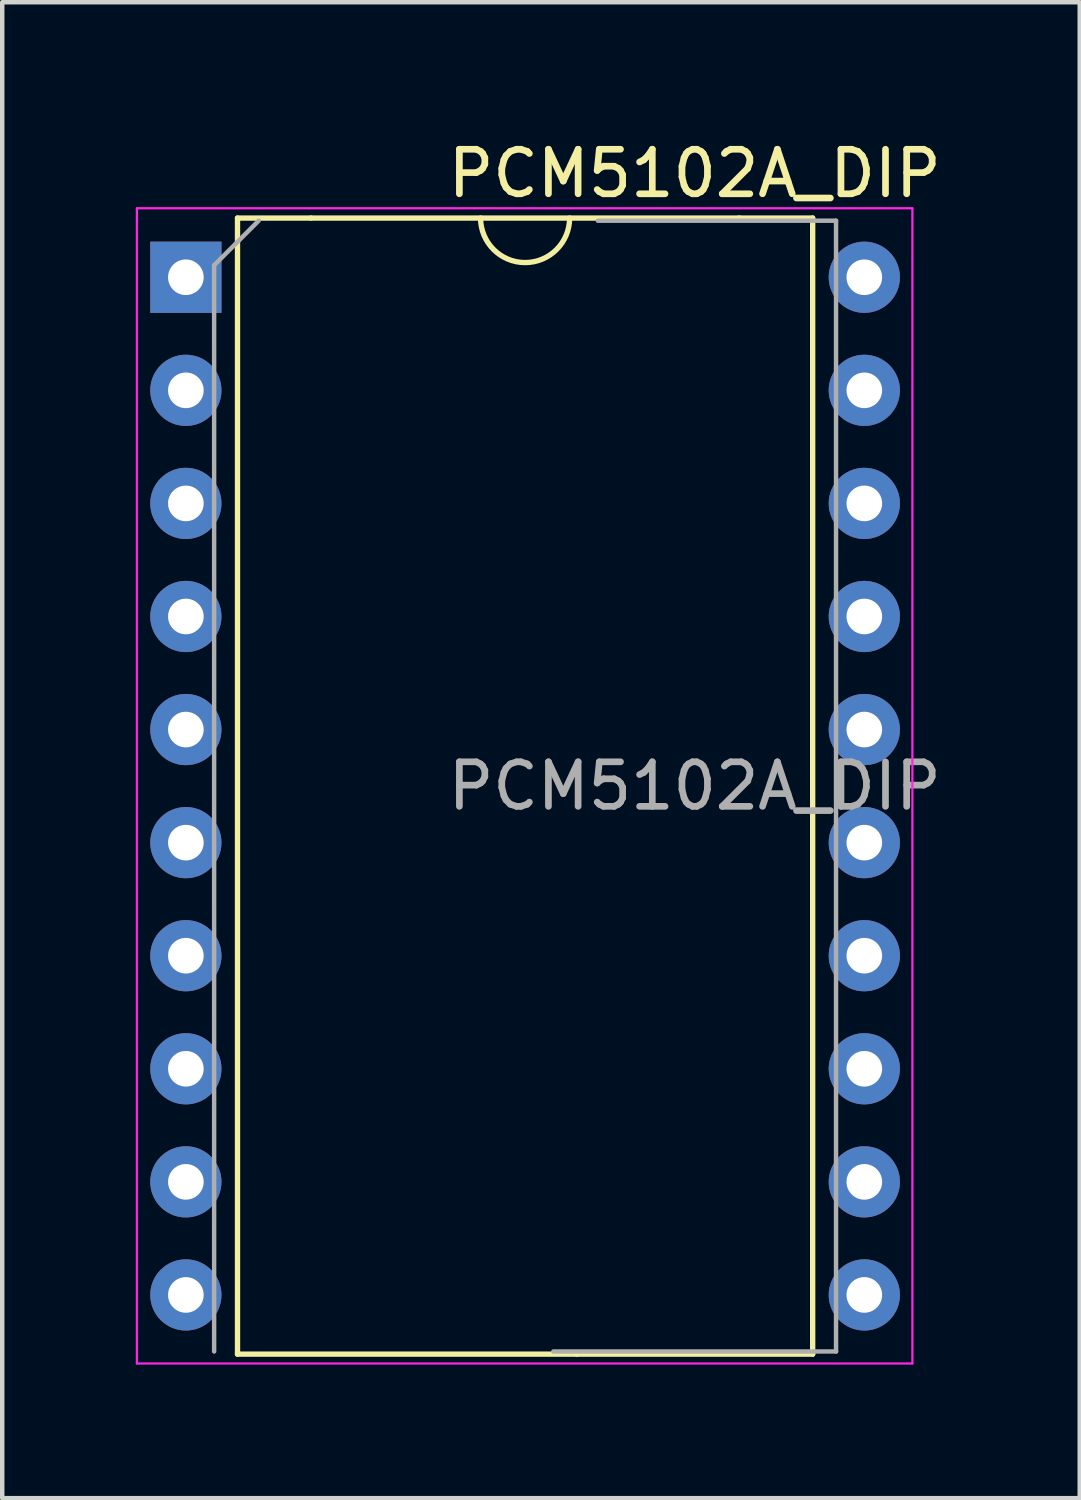
<source format=kicad_pcb>
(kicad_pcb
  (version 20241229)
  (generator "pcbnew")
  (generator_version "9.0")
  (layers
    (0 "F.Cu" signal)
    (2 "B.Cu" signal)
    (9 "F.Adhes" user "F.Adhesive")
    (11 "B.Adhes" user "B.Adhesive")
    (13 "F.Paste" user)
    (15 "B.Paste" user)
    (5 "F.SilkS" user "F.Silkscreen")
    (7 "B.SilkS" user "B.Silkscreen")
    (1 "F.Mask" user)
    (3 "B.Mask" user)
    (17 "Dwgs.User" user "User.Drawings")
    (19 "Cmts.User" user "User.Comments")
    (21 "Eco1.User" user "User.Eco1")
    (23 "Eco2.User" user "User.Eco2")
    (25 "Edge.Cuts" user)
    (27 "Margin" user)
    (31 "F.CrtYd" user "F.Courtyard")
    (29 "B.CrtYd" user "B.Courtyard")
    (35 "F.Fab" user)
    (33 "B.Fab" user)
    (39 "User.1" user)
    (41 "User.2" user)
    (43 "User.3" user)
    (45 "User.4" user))
  (footprint "PCM5102A_DIP"
    (layer "F.Cu")
    (at 1.125 3.178)
    (property "Reference" "PCM5102A_DIP" (at 11.43 -2.33 0) (layer "F.SilkS") (effects (font (size 1 1) (thickness 0.15))))
    (attr through_hole)
    (fp_line (start 1.16 -1.33) (end 1.16 24.19) (stroke (width 0.12) (type solid)) (layer "F.SilkS"))
    (fp_line (start 1.16 24.19) (end 8.78 24.19) (stroke (width 0.12) (type default)) (layer "F.SilkS"))
    (fp_line (start 2.81 -1.33) (end 1.16 -1.33) (stroke (width 0.12) (type solid)) (layer "F.SilkS"))
    (fp_line (start 8.78 24.19) (end 14.08 24.19) (stroke (width 0.12) (type solid)) (layer "F.SilkS"))
    (fp_line (start 12.43 -1.33) (end 2.81 -1.33) (stroke (width 0.12) (type default)) (layer "F.SilkS"))
    (fp_line (start 14.08 -1.33) (end 12.43 -1.33) (stroke (width 0.12) (type solid)) (layer "F.SilkS"))
    (fp_line (start 14.08 24.19) (end 14.08 -1.33) (stroke (width 0.12) (type solid)) (layer "F.SilkS"))
    (fp_arc (start 8.62 -1.33) (mid 7.62 -0.33) (end 6.62 -1.33) (stroke (width 0.12) (type solid)) (layer "F.SilkS"))
    (fp_line (start -1.1 -1.55) (end -1.1 24.4) (stroke (width 0.05) (type solid)) (layer "F.CrtYd"))
    (fp_line (start -1.1 24.4) (end 16.32 24.4) (stroke (width 0.05) (type solid)) (layer "F.CrtYd"))
    (fp_line (start 16.32 -1.55) (end -1.1 -1.55) (stroke (width 0.05) (type solid)) (layer "F.CrtYd"))
    (fp_line (start 16.32 24.4) (end 16.32 -1.55) (stroke (width 0.05) (type solid)) (layer "F.CrtYd"))
    (fp_line (start 0.635 -0.27) (end 1.635 -1.27) (stroke (width 0.1) (type solid)) (layer "F.Fab"))
    (fp_line (start 0.635 24.13) (end 0.635 -0.27) (stroke (width 0.1) (type solid)) (layer "F.Fab"))
    (fp_line (start 9.255 -1.27) (end 14.605 -1.27) (stroke (width 0.1) (type solid)) (layer "F.Fab"))
    (fp_line (start 14.605 -1.27) (end 14.605 24.13) (stroke (width 0.1) (type solid)) (layer "F.Fab"))
    (fp_line (start 14.605 24.13) (end 8.255 24.13) (stroke (width 0.1) (type solid)) (layer "F.Fab"))
    (fp_text user "${REFERENCE}" (at 11.43 11.43 0) (layer "F.Fab") (effects (font (size 1 1) (thickness 0.15))))
    (pad "1" thru_hole rect (at 0 0) (size 1.6 1.6) (drill 0.8) (layers "*.Cu" "*.Mask"))
    (pad "2" thru_hole oval (at 0 2.54) (size 1.6 1.6) (drill 0.8) (layers "*.Cu" "*.Mask"))
    (pad "3" thru_hole oval (at 0 5.08) (size 1.6 1.6) (drill 0.8) (layers "*.Cu" "*.Mask"))
    (pad "4" thru_hole oval (at 0 7.62) (size 1.6 1.6) (drill 0.8) (layers "*.Cu" "*.Mask"))
    (pad "5" thru_hole oval (at 0 10.16) (size 1.6 1.6) (drill 0.8) (layers "*.Cu" "*.Mask"))
    (pad "6" thru_hole oval (at 0 12.7) (size 1.6 1.6) (drill 0.8) (layers "*.Cu" "*.Mask"))
    (pad "7" thru_hole oval (at 0 15.24) (size 1.6 1.6) (drill 0.8) (layers "*.Cu" "*.Mask"))
    (pad "8" thru_hole oval (at 0 17.78) (size 1.6 1.6) (drill 0.8) (layers "*.Cu" "*.Mask"))
    (pad "9" thru_hole oval (at 0 20.32) (size 1.6 1.6) (drill 0.8) (layers "*.Cu" "*.Mask"))
    (pad "10" thru_hole oval (at 0 22.86) (size 1.6 1.6) (drill 0.8) (layers "*.Cu" "*.Mask"))
    (pad "11" thru_hole oval (at 15.24 22.86) (size 1.6 1.6) (drill 0.8) (layers "*.Cu" "*.Mask"))
    (pad "12" thru_hole oval (at 15.24 20.32) (size 1.6 1.6) (drill 0.8) (layers "*.Cu" "*.Mask"))
    (pad "13" thru_hole oval (at 15.24 17.78) (size 1.6 1.6) (drill 0.8) (layers "*.Cu" "*.Mask"))
    (pad "14" thru_hole oval (at 15.24 15.24) (size 1.6 1.6) (drill 0.8) (layers "*.Cu" "*.Mask"))
    (pad "15" thru_hole oval (at 15.24 12.7) (size 1.6 1.6) (drill 0.8) (layers "*.Cu" "*.Mask"))
    (pad "16" thru_hole oval (at 15.24 10.16) (size 1.6 1.6) (drill 0.8) (layers "*.Cu" "*.Mask"))
    (pad "17" thru_hole oval (at 15.24 7.62) (size 1.6 1.6) (drill 0.8) (layers "*.Cu" "*.Mask"))
    (pad "18" thru_hole oval (at 15.24 5.08) (size 1.6 1.6) (drill 0.8) (layers "*.Cu" "*.Mask"))
    (pad "19" thru_hole oval (at 15.24 2.54) (size 1.6 1.6) (drill 0.8) (layers "*.Cu" "*.Mask"))
    (pad "20" thru_hole oval (at 15.24 0) (size 1.6 1.6) (drill 0.8) (layers "*.Cu" "*.Mask")))
  (gr_rect
    (start -3 -3)
    (end 21.204 30.603)
    (stroke (width 0.1) (type default))
    (fill no)
    (layer "Edge.Cuts")))
</source>
